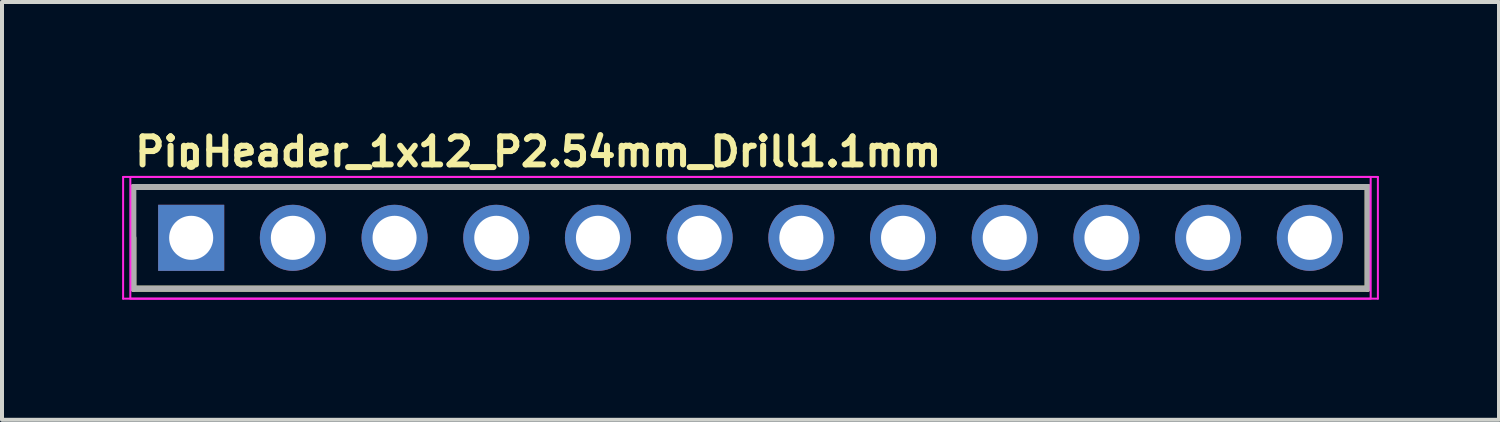
<source format=kicad_pcb>
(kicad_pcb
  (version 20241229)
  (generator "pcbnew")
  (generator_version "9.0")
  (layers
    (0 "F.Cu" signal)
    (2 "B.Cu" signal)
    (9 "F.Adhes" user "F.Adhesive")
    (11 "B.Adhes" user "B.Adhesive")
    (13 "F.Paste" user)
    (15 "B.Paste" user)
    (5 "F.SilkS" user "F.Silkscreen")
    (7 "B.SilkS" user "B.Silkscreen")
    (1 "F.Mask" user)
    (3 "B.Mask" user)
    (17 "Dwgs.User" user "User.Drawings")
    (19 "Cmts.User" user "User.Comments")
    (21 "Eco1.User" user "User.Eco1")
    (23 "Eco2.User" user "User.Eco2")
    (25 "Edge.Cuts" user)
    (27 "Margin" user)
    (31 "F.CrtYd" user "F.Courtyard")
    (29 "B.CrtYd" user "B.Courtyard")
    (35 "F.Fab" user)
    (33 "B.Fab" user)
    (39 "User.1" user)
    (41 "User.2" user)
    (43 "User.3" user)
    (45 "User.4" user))
  (footprint "PinHeader_1x12_P2.54mm_Drill1.1mm"
    (layer "F.Cu")
    (at 1.725 2.89)
    (property "Reference" "PinHeader_1x12_P2.54mm_Drill1.1mm" (at -1.48 -1.74 0) (unlocked yes) (layer "F.SilkS") (effects (font (size 0.7 0.7) (thickness 0.15)) (justify left bottom)))
    (attr through_hole)
    (fp_line (start -1.445 0) (end -1.445 1.27) (stroke (width 0.15) (type solid)) (layer "F.SilkS"))
    (fp_line (start -1.445 1.27) (end 29.385 1.27) (stroke (width 0.15) (type solid)) (layer "F.SilkS"))
    (fp_line (start 29.385 -1.27) (end 0 -1.27) (stroke (width 0.15) (type solid)) (layer "F.SilkS"))
    (fp_line (start 29.385 1.27) (end 29.385 -1.27) (stroke (width 0.15) (type solid)) (layer "F.SilkS"))
    (fp_circle (center 0 -1.82) (end 0.05 -1.82) (stroke (width 0.15) (type solid)) (fill yes) (layer "F.SilkS"))
    (fp_line (start -1.7 -1.52) (end 29.64 -1.52) (stroke (width 0.05) (type solid)) (layer "F.CrtYd"))
    (fp_line (start -1.7 1.52) (end -1.7 -1.52) (stroke (width 0.05) (type solid)) (layer "F.CrtYd"))
    (fp_line (start 29.64 -1.52) (end 29.64 1.52) (stroke (width 0.05) (type solid)) (layer "F.CrtYd"))
    (fp_line (start 29.64 1.52) (end -1.7 1.52) (stroke (width 0.05) (type solid)) (layer "F.CrtYd"))
    (fp_rect (start -1.52 -1.52) (end 29.46 1.52) (stroke (width 0.05) (type solid)) (fill no) (layer "F.CrtYd"))
    (fp_line (start -1.445 -1.27) (end 29.385 -1.27) (stroke (width 0.15) (type solid)) (layer "F.Fab"))
    (fp_line (start -1.445 1.27) (end -1.445 -1.27) (stroke (width 0.15) (type solid)) (layer "F.Fab"))
    (fp_line (start 29.385 -1.27) (end 29.385 1.27) (stroke (width 0.15) (type solid)) (layer "F.Fab"))
    (fp_line (start 29.385 1.27) (end -1.445 1.27) (stroke (width 0.15) (type solid)) (layer "F.Fab"))
    (fp_rect (start -1.27 -1.27) (end 29.21 1.27) (stroke (width 0.1) (type solid)) (fill no) (layer "User.5"))
    (fp_line (start -1.27 -1.27) (end 1.045 -1.27) (stroke (width 0.02) (type solid)) (layer "User.9"))
    (fp_line (start -1.27 1.27) (end -1.27 -1.27) (stroke (width 0.02) (type solid)) (layer "User.9"))
    (fp_line (start -1.27 1.27) (end 1.045 1.27) (stroke (width 0.02) (type solid)) (layer "User.9"))
    (fp_line (start -0.32 -0.32) (end -0.064 -0.064) (stroke (width 0.02) (type solid)) (layer "User.9"))
    (fp_line (start -0.32 -0.32) (end 0.32 -0.32) (stroke (width 0.02) (type solid)) (layer "User.9"))
    (fp_line (start -0.32 0.32) (end -0.32 -0.32) (stroke (width 0.02) (type solid)) (layer "User.9"))
    (fp_line (start -0.32 0.32) (end -0.064 0.064) (stroke (width 0.02) (type solid)) (layer "User.9"))
    (fp_line (start -0.32 0.32) (end 0.32 0.32) (stroke (width 0.02) (type solid)) (layer "User.9"))
    (fp_line (start -0.064 -0.064) (end 0.064 -0.064) (stroke (width 0.02) (type solid)) (layer "User.9"))
    (fp_line (start -0.064 0.064) (end -0.064 -0.064) (stroke (width 0.02) (type solid)) (layer "User.9"))
    (fp_line (start -0.064 0.064) (end 0.064 0.064) (stroke (width 0.02) (type solid)) (layer "User.9"))
    (fp_line (start 0.064 0.064) (end 0.064 -0.064) (stroke (width 0.02) (type solid)) (layer "User.9"))
    (fp_line (start 0.32 -0.32) (end 0.064 -0.064) (stroke (width 0.02) (type solid)) (layer "User.9"))
    (fp_line (start 0.32 0.32) (end 0.064 0.064) (stroke (width 0.02) (type solid)) (layer "User.9"))
    (fp_line (start 0.32 0.32) (end 0.32 -0.32) (stroke (width 0.02) (type solid)) (layer "User.9"))
    (fp_line (start 1.045 -1.27) (end 1.27 -1.045) (stroke (width 0.02) (type solid)) (layer "User.9"))
    (fp_line (start 1.045 1.27) (end 1.045 -1.27) (stroke (width 0.02) (type solid)) (layer "User.9"))
    (fp_line (start 1.045 1.27) (end 1.27 1.045) (stroke (width 0.02) (type solid)) (layer "User.9"))
    (fp_line (start 1.27 1.045) (end 1.27 -1.045) (stroke (width 0.02) (type solid)) (layer "User.9"))
    (fp_line (start 1.495 -1.27) (end 1.27 -1.045) (stroke (width 0.02) (type solid)) (layer "User.9"))
    (fp_line (start 1.495 -1.27) (end 3.585 -1.27) (stroke (width 0.02) (type solid)) (layer "User.9"))
    (fp_line (start 1.495 1.27) (end 1.27 1.045) (stroke (width 0.02) (type solid)) (layer "User.9"))
    (fp_line (start 1.495 1.27) (end 1.495 -1.27) (stroke (width 0.02) (type solid)) (layer "User.9"))
    (fp_line (start 1.495 1.27) (end 3.585 1.27) (stroke (width 0.02) (type solid)) (layer "User.9"))
    (fp_line (start 2.22 -0.32) (end 2.476 -0.064) (stroke (width 0.02) (type solid)) (layer "User.9"))
    (fp_line (start 2.22 -0.32) (end 2.86 -0.32) (stroke (width 0.02) (type solid)) (layer "User.9"))
    (fp_line (start 2.22 0.32) (end 2.22 -0.32) (stroke (width 0.02) (type solid)) (layer "User.9"))
    (fp_line (start 2.22 0.32) (end 2.476 0.064) (stroke (width 0.02) (type solid)) (layer "User.9"))
    (fp_line (start 2.22 0.32) (end 2.86 0.32) (stroke (width 0.02) (type solid)) (layer "User.9"))
    (fp_line (start 2.476 -0.064) (end 2.604 -0.064) (stroke (width 0.02) (type solid)) (layer "User.9"))
    (fp_line (start 2.476 0.064) (end 2.476 -0.064) (stroke (width 0.02) (type solid)) (layer "User.9"))
    (fp_line (start 2.476 0.064) (end 2.604 0.064) (stroke (width 0.02) (type solid)) (layer "User.9"))
    (fp_line (start 2.604 0.064) (end 2.604 -0.064) (stroke (width 0.02) (type solid)) (layer "User.9"))
    (fp_line (start 2.86 -0.32) (end 2.604 -0.064) (stroke (width 0.02) (type solid)) (layer "User.9"))
    (fp_line (start 2.86 0.32) (end 2.604 0.064) (stroke (width 0.02) (type solid)) (layer "User.9"))
    (fp_line (start 2.86 0.32) (end 2.86 -0.32) (stroke (width 0.02) (type solid)) (layer "User.9"))
    (fp_line (start 3.585 -1.27) (end 3.81 -1.045) (stroke (width 0.02) (type solid)) (layer "User.9"))
    (fp_line (start 3.585 1.27) (end 3.585 -1.27) (stroke (width 0.02) (type solid)) (layer "User.9"))
    (fp_line (start 3.585 1.27) (end 3.81 1.045) (stroke (width 0.02) (type solid)) (layer "User.9"))
    (fp_line (start 3.81 1.045) (end 3.81 -1.045) (stroke (width 0.02) (type solid)) (layer "User.9"))
    (fp_line (start 4.035 -1.27) (end 3.81 -1.045) (stroke (width 0.02) (type solid)) (layer "User.9"))
    (fp_line (start 4.035 -1.27) (end 6.125 -1.27) (stroke (width 0.02) (type solid)) (layer "User.9"))
    (fp_line (start 4.035 1.27) (end 3.81 1.045) (stroke (width 0.02) (type solid)) (layer "User.9"))
    (fp_line (start 4.035 1.27) (end 4.035 -1.27) (stroke (width 0.02) (type solid)) (layer "User.9"))
    (fp_line (start 4.035 1.27) (end 6.125 1.27) (stroke (width 0.02) (type solid)) (layer "User.9"))
    (fp_line (start 4.76 -0.32) (end 5.016 -0.064) (stroke (width 0.02) (type solid)) (layer "User.9"))
    (fp_line (start 4.76 -0.32) (end 5.4 -0.32) (stroke (width 0.02) (type solid)) (layer "User.9"))
    (fp_line (start 4.76 0.32) (end 4.76 -0.32) (stroke (width 0.02) (type solid)) (layer "User.9"))
    (fp_line (start 4.76 0.32) (end 5.016 0.064) (stroke (width 0.02) (type solid)) (layer "User.9"))
    (fp_line (start 4.76 0.32) (end 5.4 0.32) (stroke (width 0.02) (type solid)) (layer "User.9"))
    (fp_line (start 5.016 -0.064) (end 5.144 -0.064) (stroke (width 0.02) (type solid)) (layer "User.9"))
    (fp_line (start 5.016 0.064) (end 5.016 -0.064) (stroke (width 0.02) (type solid)) (layer "User.9"))
    (fp_line (start 5.016 0.064) (end 5.144 0.064) (stroke (width 0.02) (type solid)) (layer "User.9"))
    (fp_line (start 5.144 0.064) (end 5.144 -0.064) (stroke (width 0.02) (type solid)) (layer "User.9"))
    (fp_line (start 5.4 -0.32) (end 5.144 -0.064) (stroke (width 0.02) (type solid)) (layer "User.9"))
    (fp_line (start 5.4 0.32) (end 5.144 0.064) (stroke (width 0.02) (type solid)) (layer "User.9"))
    (fp_line (start 5.4 0.32) (end 5.4 -0.32) (stroke (width 0.02) (type solid)) (layer "User.9"))
    (fp_line (start 6.125 -1.27) (end 6.35 -1.045) (stroke (width 0.02) (type solid)) (layer "User.9"))
    (fp_line (start 6.125 1.27) (end 6.125 -1.27) (stroke (width 0.02) (type solid)) (layer "User.9"))
    (fp_line (start 6.125 1.27) (end 6.35 1.045) (stroke (width 0.02) (type solid)) (layer "User.9"))
    (fp_line (start 6.35 1.045) (end 6.35 -1.045) (stroke (width 0.02) (type solid)) (layer "User.9"))
    (fp_line (start 6.575 -1.27) (end 6.35 -1.045) (stroke (width 0.02) (type solid)) (layer "User.9"))
    (fp_line (start 6.575 -1.27) (end 8.665 -1.27) (stroke (width 0.02) (type solid)) (layer "User.9"))
    (fp_line (start 6.575 1.27) (end 6.35 1.045) (stroke (width 0.02) (type solid)) (layer "User.9"))
    (fp_line (start 6.575 1.27) (end 6.575 -1.27) (stroke (width 0.02) (type solid)) (layer "User.9"))
    (fp_line (start 6.575 1.27) (end 8.665 1.27) (stroke (width 0.02) (type solid)) (layer "User.9"))
    (fp_line (start 7.3 -0.32) (end 7.556 -0.064) (stroke (width 0.02) (type solid)) (layer "User.9"))
    (fp_line (start 7.3 -0.32) (end 7.94 -0.32) (stroke (width 0.02) (type solid)) (layer "User.9"))
    (fp_line (start 7.3 0.32) (end 7.3 -0.32) (stroke (width 0.02) (type solid)) (layer "User.9"))
    (fp_line (start 7.3 0.32) (end 7.556 0.064) (stroke (width 0.02) (type solid)) (layer "User.9"))
    (fp_line (start 7.3 0.32) (end 7.94 0.32) (stroke (width 0.02) (type solid)) (layer "User.9"))
    (fp_line (start 7.556 -0.064) (end 7.684 -0.064) (stroke (width 0.02) (type solid)) (layer "User.9"))
    (fp_line (start 7.556 0.064) (end 7.556 -0.064) (stroke (width 0.02) (type solid)) (layer "User.9"))
    (fp_line (start 7.556 0.064) (end 7.684 0.064) (stroke (width 0.02) (type solid)) (layer "User.9"))
    (fp_line (start 7.684 0.064) (end 7.684 -0.064) (stroke (width 0.02) (type solid)) (layer "User.9"))
    (fp_line (start 7.94 -0.32) (end 7.684 -0.064) (stroke (width 0.02) (type solid)) (layer "User.9"))
    (fp_line (start 7.94 0.32) (end 7.684 0.064) (stroke (width 0.02) (type solid)) (layer "User.9"))
    (fp_line (start 7.94 0.32) (end 7.94 -0.32) (stroke (width 0.02) (type solid)) (layer "User.9"))
    (fp_line (start 8.665 -1.27) (end 8.89 -1.045) (stroke (width 0.02) (type solid)) (layer "User.9"))
    (fp_line (start 8.665 1.27) (end 8.665 -1.27) (stroke (width 0.02) (type solid)) (layer "User.9"))
    (fp_line (start 8.665 1.27) (end 8.89 1.045) (stroke (width 0.02) (type solid)) (layer "User.9"))
    (fp_line (start 8.89 1.045) (end 8.89 -1.045) (stroke (width 0.02) (type solid)) (layer "User.9"))
    (fp_line (start 9.115 -1.27) (end 8.89 -1.045) (stroke (width 0.02) (type solid)) (layer "User.9"))
    (fp_line (start 9.115 -1.27) (end 11.206 -1.27) (stroke (width 0.02) (type solid)) (layer "User.9"))
    (fp_line (start 9.115 1.27) (end 8.89 1.045) (stroke (width 0.02) (type solid)) (layer "User.9"))
    (fp_line (start 9.115 1.27) (end 9.115 -1.27) (stroke (width 0.02) (type solid)) (layer "User.9"))
    (fp_line (start 9.115 1.27) (end 11.206 1.27) (stroke (width 0.02) (type solid)) (layer "User.9"))
    (fp_line (start 9.84 -0.32) (end 10.096 -0.064) (stroke (width 0.02) (type solid)) (layer "User.9"))
    (fp_line (start 9.84 -0.32) (end 10.48 -0.32) (stroke (width 0.02) (type solid)) (layer "User.9"))
    (fp_line (start 9.84 0.32) (end 9.84 -0.32) (stroke (width 0.02) (type solid)) (layer "User.9"))
    (fp_line (start 9.84 0.32) (end 10.096 0.064) (stroke (width 0.02) (type solid)) (layer "User.9"))
    (fp_line (start 9.84 0.32) (end 10.48 0.32) (stroke (width 0.02) (type solid)) (layer "User.9"))
    (fp_line (start 10.096 -0.064) (end 10.224 -0.064) (stroke (width 0.02) (type solid)) (layer "User.9"))
    (fp_line (start 10.096 0.064) (end 10.096 -0.064) (stroke (width 0.02) (type solid)) (layer "User.9"))
    (fp_line (start 10.096 0.064) (end 10.224 0.064) (stroke (width 0.02) (type solid)) (layer "User.9"))
    (fp_line (start 10.224 0.064) (end 10.224 -0.064) (stroke (width 0.02) (type solid)) (layer "User.9"))
    (fp_line (start 10.48 -0.32) (end 10.224 -0.064) (stroke (width 0.02) (type solid)) (layer "User.9"))
    (fp_line (start 10.48 0.32) (end 10.224 0.064) (stroke (width 0.02) (type solid)) (layer "User.9"))
    (fp_line (start 10.48 0.32) (end 10.48 -0.32) (stroke (width 0.02) (type solid)) (layer "User.9"))
    (fp_line (start 11.206 -1.27) (end 11.43 -1.045) (stroke (width 0.02) (type solid)) (layer "User.9"))
    (fp_line (start 11.206 1.27) (end 11.206 -1.27) (stroke (width 0.02) (type solid)) (layer "User.9"))
    (fp_line (start 11.206 1.27) (end 11.43 1.045) (stroke (width 0.02) (type solid)) (layer "User.9"))
    (fp_line (start 11.43 1.045) (end 11.43 -1.045) (stroke (width 0.02) (type solid)) (layer "User.9"))
    (fp_line (start 11.654 -1.27) (end 11.43 -1.045) (stroke (width 0.02) (type solid)) (layer "User.9"))
    (fp_line (start 11.654 -1.27) (end 13.746 -1.27) (stroke (width 0.02) (type solid)) (layer "User.9"))
    (fp_line (start 11.654 1.27) (end 11.43 1.045) (stroke (width 0.02) (type solid)) (layer "User.9"))
    (fp_line (start 11.654 1.27) (end 11.654 -1.27) (stroke (width 0.02) (type solid)) (layer "User.9"))
    (fp_line (start 11.654 1.27) (end 13.746 1.27) (stroke (width 0.02) (type solid)) (layer "User.9"))
    (fp_line (start 12.38 -0.32) (end 12.636 -0.064) (stroke (width 0.02) (type solid)) (layer "User.9"))
    (fp_line (start 12.38 -0.32) (end 13.02 -0.32) (stroke (width 0.02) (type solid)) (layer "User.9"))
    (fp_line (start 12.38 0.32) (end 12.38 -0.32) (stroke (width 0.02) (type solid)) (layer "User.9"))
    (fp_line (start 12.38 0.32) (end 12.636 0.064) (stroke (width 0.02) (type solid)) (layer "User.9"))
    (fp_line (start 12.38 0.32) (end 13.02 0.32) (stroke (width 0.02) (type solid)) (layer "User.9"))
    (fp_line (start 12.636 -0.064) (end 12.764 -0.064) (stroke (width 0.02) (type solid)) (layer "User.9"))
    (fp_line (start 12.636 0.064) (end 12.636 -0.064) (stroke (width 0.02) (type solid)) (layer "User.9"))
    (fp_line (start 12.636 0.064) (end 12.764 0.064) (stroke (width 0.02) (type solid)) (layer "User.9"))
    (fp_line (start 12.764 0.064) (end 12.764 -0.064) (stroke (width 0.02) (type solid)) (layer "User.9"))
    (fp_line (start 13.02 -0.32) (end 12.764 -0.064) (stroke (width 0.02) (type solid)) (layer "User.9"))
    (fp_line (start 13.02 0.32) (end 12.764 0.064) (stroke (width 0.02) (type solid)) (layer "User.9"))
    (fp_line (start 13.02 0.32) (end 13.02 -0.32) (stroke (width 0.02) (type solid)) (layer "User.9"))
    (fp_line (start 13.746 -1.27) (end 13.97 -1.045) (stroke (width 0.02) (type solid)) (layer "User.9"))
    (fp_line (start 13.746 1.27) (end 13.746 -1.27) (stroke (width 0.02) (type solid)) (layer "User.9"))
    (fp_line (start 13.746 1.27) (end 13.97 1.045) (stroke (width 0.02) (type solid)) (layer "User.9"))
    (fp_line (start 13.97 1.045) (end 13.97 -1.045) (stroke (width 0.02) (type solid)) (layer "User.9"))
    (fp_line (start 14.194 -1.27) (end 13.97 -1.045) (stroke (width 0.02) (type solid)) (layer "User.9"))
    (fp_line (start 14.194 -1.27) (end 16.285 -1.27) (stroke (width 0.02) (type solid)) (layer "User.9"))
    (fp_line (start 14.194 1.27) (end 13.97 1.045) (stroke (width 0.02) (type solid)) (layer "User.9"))
    (fp_line (start 14.194 1.27) (end 14.194 -1.27) (stroke (width 0.02) (type solid)) (layer "User.9"))
    (fp_line (start 14.194 1.27) (end 16.285 1.27) (stroke (width 0.02) (type solid)) (layer "User.9"))
    (fp_line (start 14.92 -0.32) (end 15.176 -0.064) (stroke (width 0.02) (type solid)) (layer "User.9"))
    (fp_line (start 14.92 -0.32) (end 15.56 -0.32) (stroke (width 0.02) (type solid)) (layer "User.9"))
    (fp_line (start 14.92 0.32) (end 14.92 -0.32) (stroke (width 0.02) (type solid)) (layer "User.9"))
    (fp_line (start 14.92 0.32) (end 15.176 0.064) (stroke (width 0.02) (type solid)) (layer "User.9"))
    (fp_line (start 14.92 0.32) (end 15.56 0.32) (stroke (width 0.02) (type solid)) (layer "User.9"))
    (fp_line (start 15.176 -0.064) (end 15.304 -0.064) (stroke (width 0.02) (type solid)) (layer "User.9"))
    (fp_line (start 15.176 0.064) (end 15.176 -0.064) (stroke (width 0.02) (type solid)) (layer "User.9"))
    (fp_line (start 15.176 0.064) (end 15.304 0.064) (stroke (width 0.02) (type solid)) (layer "User.9"))
    (fp_line (start 15.304 0.064) (end 15.304 -0.064) (stroke (width 0.02) (type solid)) (layer "User.9"))
    (fp_line (start 15.56 -0.32) (end 15.304 -0.064) (stroke (width 0.02) (type solid)) (layer "User.9"))
    (fp_line (start 15.56 0.32) (end 15.304 0.064) (stroke (width 0.02) (type solid)) (layer "User.9"))
    (fp_line (start 15.56 0.32) (end 15.56 -0.32) (stroke (width 0.02) (type solid)) (layer "User.9"))
    (fp_line (start 16.285 -1.27) (end 16.51 -1.045) (stroke (width 0.02) (type solid)) (layer "User.9"))
    (fp_line (start 16.285 1.27) (end 16.285 -1.27) (stroke (width 0.02) (type solid)) (layer "User.9"))
    (fp_line (start 16.285 1.27) (end 16.51 1.045) (stroke (width 0.02) (type solid)) (layer "User.9"))
    (fp_line (start 16.51 1.045) (end 16.51 -1.045) (stroke (width 0.02) (type solid)) (layer "User.9"))
    (fp_line (start 16.735 -1.27) (end 16.51 -1.045) (stroke (width 0.02) (type solid)) (layer "User.9"))
    (fp_line (start 16.735 -1.27) (end 18.826 -1.27) (stroke (width 0.02) (type solid)) (layer "User.9"))
    (fp_line (start 16.735 1.27) (end 16.51 1.045) (stroke (width 0.02) (type solid)) (layer "User.9"))
    (fp_line (start 16.735 1.27) (end 16.735 -1.27) (stroke (width 0.02) (type solid)) (layer "User.9"))
    (fp_line (start 16.735 1.27) (end 18.826 1.27) (stroke (width 0.02) (type solid)) (layer "User.9"))
    (fp_line (start 17.46 -0.32) (end 17.716 -0.064) (stroke (width 0.02) (type solid)) (layer "User.9"))
    (fp_line (start 17.46 -0.32) (end 18.1 -0.32) (stroke (width 0.02) (type solid)) (layer "User.9"))
    (fp_line (start 17.46 0.32) (end 17.46 -0.32) (stroke (width 0.02) (type solid)) (layer "User.9"))
    (fp_line (start 17.46 0.32) (end 17.716 0.064) (stroke (width 0.02) (type solid)) (layer "User.9"))
    (fp_line (start 17.46 0.32) (end 18.1 0.32) (stroke (width 0.02) (type solid)) (layer "User.9"))
    (fp_line (start 17.716 -0.064) (end 17.844 -0.064) (stroke (width 0.02) (type solid)) (layer "User.9"))
    (fp_line (start 17.716 0.064) (end 17.716 -0.064) (stroke (width 0.02) (type solid)) (layer "User.9"))
    (fp_line (start 17.716 0.064) (end 17.844 0.064) (stroke (width 0.02) (type solid)) (layer "User.9"))
    (fp_line (start 17.844 0.064) (end 17.844 -0.064) (stroke (width 0.02) (type solid)) (layer "User.9"))
    (fp_line (start 18.1 -0.32) (end 17.844 -0.064) (stroke (width 0.02) (type solid)) (layer "User.9"))
    (fp_line (start 18.1 0.32) (end 17.844 0.064) (stroke (width 0.02) (type solid)) (layer "User.9"))
    (fp_line (start 18.1 0.32) (end 18.1 -0.32) (stroke (width 0.02) (type solid)) (layer "User.9"))
    (fp_line (start 18.826 -1.27) (end 19.05 -1.045) (stroke (width 0.02) (type solid)) (layer "User.9"))
    (fp_line (start 18.826 1.27) (end 18.826 -1.27) (stroke (width 0.02) (type solid)) (layer "User.9"))
    (fp_line (start 18.826 1.27) (end 19.05 1.045) (stroke (width 0.02) (type solid)) (layer "User.9"))
    (fp_line (start 19.05 1.045) (end 19.05 -1.045) (stroke (width 0.02) (type solid)) (layer "User.9"))
    (fp_line (start 19.274 -1.27) (end 19.05 -1.045) (stroke (width 0.02) (type solid)) (layer "User.9"))
    (fp_line (start 19.274 -1.27) (end 21.365 -1.27) (stroke (width 0.02) (type solid)) (layer "User.9"))
    (fp_line (start 19.274 1.27) (end 19.05 1.045) (stroke (width 0.02) (type solid)) (layer "User.9"))
    (fp_line (start 19.274 1.27) (end 19.274 -1.27) (stroke (width 0.02) (type solid)) (layer "User.9"))
    (fp_line (start 19.274 1.27) (end 21.365 1.27) (stroke (width 0.02) (type solid)) (layer "User.9"))
    (fp_line (start 20 -0.32) (end 20.256 -0.064) (stroke (width 0.02) (type solid)) (layer "User.9"))
    (fp_line (start 20 -0.32) (end 20.64 -0.32) (stroke (width 0.02) (type solid)) (layer "User.9"))
    (fp_line (start 20 0.32) (end 20 -0.32) (stroke (width 0.02) (type solid)) (layer "User.9"))
    (fp_line (start 20 0.32) (end 20.256 0.064) (stroke (width 0.02) (type solid)) (layer "User.9"))
    (fp_line (start 20 0.32) (end 20.64 0.32) (stroke (width 0.02) (type solid)) (layer "User.9"))
    (fp_line (start 20.256 -0.064) (end 20.384 -0.064) (stroke (width 0.02) (type solid)) (layer "User.9"))
    (fp_line (start 20.256 0.064) (end 20.256 -0.064) (stroke (width 0.02) (type solid)) (layer "User.9"))
    (fp_line (start 20.256 0.064) (end 20.384 0.064) (stroke (width 0.02) (type solid)) (layer "User.9"))
    (fp_line (start 20.384 0.064) (end 20.384 -0.064) (stroke (width 0.02) (type solid)) (layer "User.9"))
    (fp_line (start 20.64 -0.32) (end 20.384 -0.064) (stroke (width 0.02) (type solid)) (layer "User.9"))
    (fp_line (start 20.64 0.32) (end 20.384 0.064) (stroke (width 0.02) (type solid)) (layer "User.9"))
    (fp_line (start 20.64 0.32) (end 20.64 -0.32) (stroke (width 0.02) (type solid)) (layer "User.9"))
    (fp_line (start 21.365 -1.27) (end 21.59 -1.045) (stroke (width 0.02) (type solid)) (layer "User.9"))
    (fp_line (start 21.365 1.27) (end 21.365 -1.27) (stroke (width 0.02) (type solid)) (layer "User.9"))
    (fp_line (start 21.365 1.27) (end 21.59 1.045) (stroke (width 0.02) (type solid)) (layer "User.9"))
    (fp_line (start 21.59 1.045) (end 21.59 -1.045) (stroke (width 0.02) (type solid)) (layer "User.9"))
    (fp_line (start 21.815 -1.27) (end 21.59 -1.045) (stroke (width 0.02) (type solid)) (layer "User.9"))
    (fp_line (start 21.815 -1.27) (end 23.906 -1.27) (stroke (width 0.02) (type solid)) (layer "User.9"))
    (fp_line (start 21.815 1.27) (end 21.59 1.045) (stroke (width 0.02) (type solid)) (layer "User.9"))
    (fp_line (start 21.815 1.27) (end 21.815 -1.27) (stroke (width 0.02) (type solid)) (layer "User.9"))
    (fp_line (start 21.815 1.27) (end 23.906 1.27) (stroke (width 0.02) (type solid)) (layer "User.9"))
    (fp_line (start 22.54 -0.32) (end 22.796 -0.064) (stroke (width 0.02) (type solid)) (layer "User.9"))
    (fp_line (start 22.54 -0.32) (end 23.18 -0.32) (stroke (width 0.02) (type solid)) (layer "User.9"))
    (fp_line (start 22.54 0.32) (end 22.54 -0.32) (stroke (width 0.02) (type solid)) (layer "User.9"))
    (fp_line (start 22.54 0.32) (end 22.796 0.064) (stroke (width 0.02) (type solid)) (layer "User.9"))
    (fp_line (start 22.54 0.32) (end 23.18 0.32) (stroke (width 0.02) (type solid)) (layer "User.9"))
    (fp_line (start 22.796 -0.064) (end 22.924 -0.064) (stroke (width 0.02) (type solid)) (layer "User.9"))
    (fp_line (start 22.796 0.064) (end 22.796 -0.064) (stroke (width 0.02) (type solid)) (layer "User.9"))
    (fp_line (start 22.796 0.064) (end 22.924 0.064) (stroke (width 0.02) (type solid)) (layer "User.9"))
    (fp_line (start 22.924 0.064) (end 22.924 -0.064) (stroke (width 0.02) (type solid)) (layer "User.9"))
    (fp_line (start 23.18 -0.32) (end 22.924 -0.064) (stroke (width 0.02) (type solid)) (layer "User.9"))
    (fp_line (start 23.18 0.32) (end 22.924 0.064) (stroke (width 0.02) (type solid)) (layer "User.9"))
    (fp_line (start 23.18 0.32) (end 23.18 -0.32) (stroke (width 0.02) (type solid)) (layer "User.9"))
    (fp_line (start 23.906 -1.27) (end 24.13 -1.045) (stroke (width 0.02) (type solid)) (layer "User.9"))
    (fp_line (start 23.906 1.27) (end 23.906 -1.27) (stroke (width 0.02) (type solid)) (layer "User.9"))
    (fp_line (start 23.906 1.27) (end 24.13 1.045) (stroke (width 0.02) (type solid)) (layer "User.9"))
    (fp_line (start 24.13 1.045) (end 24.13 -1.045) (stroke (width 0.02) (type solid)) (layer "User.9"))
    (fp_line (start 24.354 -1.27) (end 24.13 -1.045) (stroke (width 0.02) (type solid)) (layer "User.9"))
    (fp_line (start 24.354 -1.27) (end 26.445 -1.27) (stroke (width 0.02) (type solid)) (layer "User.9"))
    (fp_line (start 24.354 1.27) (end 24.13 1.045) (stroke (width 0.02) (type solid)) (layer "User.9"))
    (fp_line (start 24.354 1.27) (end 24.354 -1.27) (stroke (width 0.02) (type solid)) (layer "User.9"))
    (fp_line (start 24.354 1.27) (end 26.445 1.27) (stroke (width 0.02) (type solid)) (layer "User.9"))
    (fp_line (start 25.08 -0.32) (end 25.336 -0.064) (stroke (width 0.02) (type solid)) (layer "User.9"))
    (fp_line (start 25.08 -0.32) (end 25.72 -0.32) (stroke (width 0.02) (type solid)) (layer "User.9"))
    (fp_line (start 25.08 0.32) (end 25.08 -0.32) (stroke (width 0.02) (type solid)) (layer "User.9"))
    (fp_line (start 25.08 0.32) (end 25.336 0.064) (stroke (width 0.02) (type solid)) (layer "User.9"))
    (fp_line (start 25.08 0.32) (end 25.72 0.32) (stroke (width 0.02) (type solid)) (layer "User.9"))
    (fp_line (start 25.336 -0.064) (end 25.464 -0.064) (stroke (width 0.02) (type solid)) (layer "User.9"))
    (fp_line (start 25.336 0.064) (end 25.336 -0.064) (stroke (width 0.02) (type solid)) (layer "User.9"))
    (fp_line (start 25.336 0.064) (end 25.464 0.064) (stroke (width 0.02) (type solid)) (layer "User.9"))
    (fp_line (start 25.464 0.064) (end 25.464 -0.064) (stroke (width 0.02) (type solid)) (layer "User.9"))
    (fp_line (start 25.72 -0.32) (end 25.464 -0.064) (stroke (width 0.02) (type solid)) (layer "User.9"))
    (fp_line (start 25.72 0.32) (end 25.464 0.064) (stroke (width 0.02) (type solid)) (layer "User.9"))
    (fp_line (start 25.72 0.32) (end 25.72 -0.32) (stroke (width 0.02) (type solid)) (layer "User.9"))
    (fp_line (start 26.445 -1.27) (end 26.67 -1.045) (stroke (width 0.02) (type solid)) (layer "User.9"))
    (fp_line (start 26.445 1.27) (end 26.445 -1.27) (stroke (width 0.02) (type solid)) (layer "User.9"))
    (fp_line (start 26.445 1.27) (end 26.67 1.045) (stroke (width 0.02) (type solid)) (layer "User.9"))
    (fp_line (start 26.67 1.045) (end 26.67 -1.045) (stroke (width 0.02) (type solid)) (layer "User.9"))
    (fp_line (start 26.895 -1.27) (end 26.67 -1.045) (stroke (width 0.02) (type solid)) (layer "User.9"))
    (fp_line (start 26.895 -1.27) (end 29.21 -1.27) (stroke (width 0.02) (type solid)) (layer "User.9"))
    (fp_line (start 26.895 1.27) (end 26.67 1.045) (stroke (width 0.02) (type solid)) (layer "User.9"))
    (fp_line (start 26.895 1.27) (end 26.895 -1.27) (stroke (width 0.02) (type solid)) (layer "User.9"))
    (fp_line (start 26.895 1.27) (end 29.21 1.27) (stroke (width 0.02) (type solid)) (layer "User.9"))
    (fp_line (start 27.62 -0.32) (end 27.876 -0.064) (stroke (width 0.02) (type solid)) (layer "User.9"))
    (fp_line (start 27.62 -0.32) (end 28.26 -0.32) (stroke (width 0.02) (type solid)) (layer "User.9"))
    (fp_line (start 27.62 0.32) (end 27.62 -0.32) (stroke (width 0.02) (type solid)) (layer "User.9"))
    (fp_line (start 27.62 0.32) (end 27.876 0.064) (stroke (width 0.02) (type solid)) (layer "User.9"))
    (fp_line (start 27.62 0.32) (end 28.26 0.32) (stroke (width 0.02) (type solid)) (layer "User.9"))
    (fp_line (start 27.876 -0.064) (end 28.004 -0.064) (stroke (width 0.02) (type solid)) (layer "User.9"))
    (fp_line (start 27.876 0.064) (end 27.876 -0.064) (stroke (width 0.02) (type solid)) (layer "User.9"))
    (fp_line (start 27.876 0.064) (end 28.004 0.064) (stroke (width 0.02) (type solid)) (layer "User.9"))
    (fp_line (start 28.004 0.064) (end 28.004 -0.064) (stroke (width 0.02) (type solid)) (layer "User.9"))
    (fp_line (start 28.26 -0.32) (end 28.004 -0.064) (stroke (width 0.02) (type solid)) (layer "User.9"))
    (fp_line (start 28.26 0.32) (end 28.004 0.064) (stroke (width 0.02) (type solid)) (layer "User.9"))
    (fp_line (start 28.26 0.32) (end 28.26 -0.32) (stroke (width 0.02) (type solid)) (layer "User.9"))
    (fp_line (start 29.21 1.27) (end 29.21 -1.27) (stroke (width 0.02) (type solid)) (layer "User.9"))
    (pad "1" thru_hole rect (at 0 0) (size 1.65 1.65) (drill 1.1) (layers "*.Cu" "*.Mask"))
    (pad "2" thru_hole circle (at 2.54 0) (size 1.65 1.65) (drill 1.1) (layers "*.Cu" "*.Mask"))
    (pad "3" thru_hole circle (at 5.08 0) (size 1.65 1.65) (drill 1.1) (layers "*.Cu" "*.Mask"))
    (pad "4" thru_hole circle (at 7.62 0) (size 1.65 1.65) (drill 1.1) (layers "*.Cu" "*.Mask"))
    (pad "5" thru_hole circle (at 10.16 0) (size 1.65 1.65) (drill 1.1) (layers "*.Cu" "*.Mask"))
    (pad "6" thru_hole circle (at 12.7 0) (size 1.65 1.65) (drill 1.1) (layers "*.Cu" "*.Mask"))
    (pad "7" thru_hole circle (at 15.24 0) (size 1.65 1.65) (drill 1.1) (layers "*.Cu" "*.Mask"))
    (pad "8" thru_hole circle (at 17.78 0) (size 1.65 1.65) (drill 1.1) (layers "*.Cu" "*.Mask"))
    (pad "9" thru_hole circle (at 20.32 0) (size 1.65 1.65) (drill 1.1) (layers "*.Cu" "*.Mask"))
    (pad "10" thru_hole circle (at 22.86 0) (size 1.65 1.65) (drill 1.1) (layers "*.Cu" "*.Mask"))
    (pad "11" thru_hole circle (at 25.4 0) (size 1.65 1.65) (drill 1.1) (layers "*.Cu" "*.Mask"))
    (pad "12" thru_hole circle (at 27.94 0) (size 1.65 1.65) (drill 1.1) (layers "*.Cu" "*.Mask")))
  (gr_rect
    (start -3 -3)
    (end 34.39 7.435)
    (stroke (width 0.1) (type default))
    (fill no)
    (layer "Edge.Cuts")))
</source>
